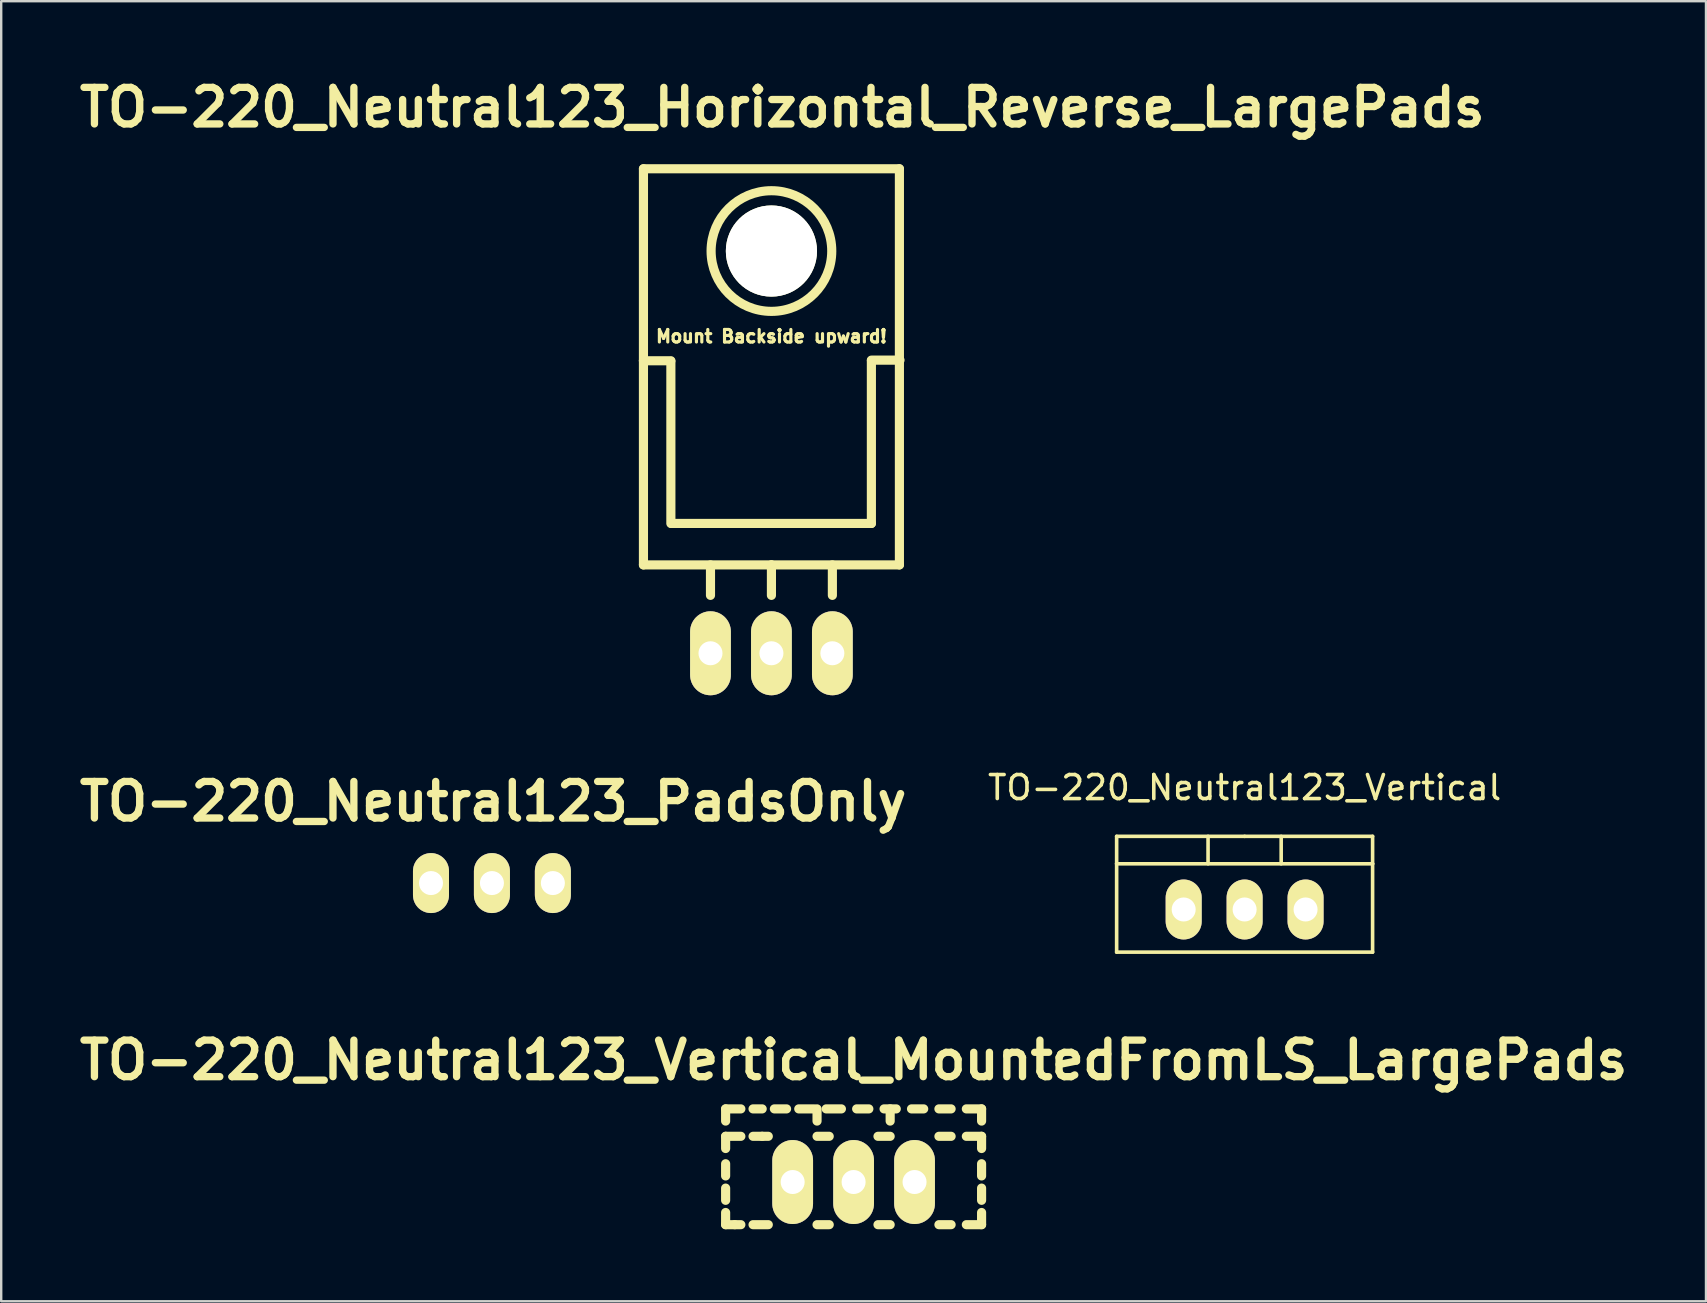
<source format=kicad_pcb>
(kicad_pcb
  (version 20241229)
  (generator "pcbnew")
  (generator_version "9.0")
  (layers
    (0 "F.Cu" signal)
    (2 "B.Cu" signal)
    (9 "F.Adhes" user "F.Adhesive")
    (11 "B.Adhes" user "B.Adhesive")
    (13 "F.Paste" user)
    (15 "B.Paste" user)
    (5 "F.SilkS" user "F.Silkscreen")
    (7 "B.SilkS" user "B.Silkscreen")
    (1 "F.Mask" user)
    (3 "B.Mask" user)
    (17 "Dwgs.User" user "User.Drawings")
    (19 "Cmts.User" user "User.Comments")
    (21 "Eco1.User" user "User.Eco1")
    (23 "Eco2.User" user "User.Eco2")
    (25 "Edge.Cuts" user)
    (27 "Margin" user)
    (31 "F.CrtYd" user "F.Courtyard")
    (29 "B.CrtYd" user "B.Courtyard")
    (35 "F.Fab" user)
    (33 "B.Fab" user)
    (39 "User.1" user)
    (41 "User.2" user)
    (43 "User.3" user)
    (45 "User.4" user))
  (footprint "TO-220_Neutral123_Vertical_MountedFromLS_LargePads"
    (layer "F.Cu")
    (at 32.527 46.215)
    (property "Reference" "TO-220_Neutral123_Vertical_MountedFromLS_LargePads" (at 0 -5.08 0) (layer "F.SilkS") (effects (font (size 1.524 1.524) (thickness 0.305))))
    (attr through_hole)
    (fp_line (start -5.334 -3.048) (end -4.699 -3.048) (stroke (width 0.381) (type solid)) (layer "F.SilkS"))
    (fp_line (start -5.334 -2.54) (end -5.334 -3.048) (stroke (width 0.381) (type solid)) (layer "F.SilkS"))
    (fp_line (start -5.334 -1.397) (end -5.334 -1.905) (stroke (width 0.381) (type solid)) (layer "F.SilkS"))
    (fp_line (start -5.334 -0.254) (end -5.334 -0.762) (stroke (width 0.381) (type solid)) (layer "F.SilkS"))
    (fp_line (start -5.334 0.762) (end -5.334 0.254) (stroke (width 0.381) (type solid)) (layer "F.SilkS"))
    (fp_line (start -5.334 1.778) (end -5.334 1.27) (stroke (width 0.381) (type solid)) (layer "F.SilkS"))
    (fp_line (start -5.334 1.778) (end -4.953 1.778) (stroke (width 0.381) (type solid)) (layer "F.SilkS"))
    (fp_line (start -4.953 1.778) (end -4.699 1.778) (stroke (width 0.381) (type solid)) (layer "F.SilkS"))
    (fp_line (start -4.699 -1.905) (end -5.334 -1.905) (stroke (width 0.381) (type solid)) (layer "F.SilkS"))
    (fp_line (start -4.191 -3.048) (end -3.81 -3.048) (stroke (width 0.381) (type solid)) (layer "F.SilkS"))
    (fp_line (start -3.81 -1.905) (end -4.191 -1.905) (stroke (width 0.381) (type solid)) (layer "F.SilkS"))
    (fp_line (start -3.81 -1.905) (end -3.556 -1.905) (stroke (width 0.381) (type solid)) (layer "F.SilkS"))
    (fp_line (start -3.556 1.778) (end -4.191 1.778) (stroke (width 0.381) (type solid)) (layer "F.SilkS"))
    (fp_line (start -3.302 -3.048) (end -2.794 -3.048) (stroke (width 0.381) (type solid)) (layer "F.SilkS"))
    (fp_line (start -2.286 -3.048) (end -1.651 -3.048) (stroke (width 0.381) (type solid)) (layer "F.SilkS"))
    (fp_line (start -1.524 -3.048) (end -1.524 -2.54) (stroke (width 0.381) (type solid)) (layer "F.SilkS"))
    (fp_line (start -1.524 -1.905) (end -1.016 -1.905) (stroke (width 0.381) (type solid)) (layer "F.SilkS"))
    (fp_line (start -1.143 -3.048) (end -0.508 -3.048) (stroke (width 0.381) (type solid)) (layer "F.SilkS"))
    (fp_line (start -1.016 1.778) (end -1.524 1.778) (stroke (width 0.381) (type solid)) (layer "F.SilkS"))
    (fp_line (start 0.127 -3.048) (end 0.635 -3.048) (stroke (width 0.381) (type solid)) (layer "F.SilkS"))
    (fp_line (start 1.016 -1.905) (end 1.524 -1.905) (stroke (width 0.381) (type solid)) (layer "F.SilkS"))
    (fp_line (start 1.27 -3.048) (end 1.778 -3.048) (stroke (width 0.381) (type solid)) (layer "F.SilkS"))
    (fp_line (start 1.524 -3.048) (end 1.524 -2.54) (stroke (width 0.381) (type solid)) (layer "F.SilkS"))
    (fp_line (start 1.524 1.778) (end 1.016 1.778) (stroke (width 0.381) (type solid)) (layer "F.SilkS"))
    (fp_line (start 2.413 -3.048) (end 2.921 -3.048) (stroke (width 0.381) (type solid)) (layer "F.SilkS"))
    (fp_line (start 3.556 -3.048) (end 4.064 -3.048) (stroke (width 0.381) (type solid)) (layer "F.SilkS"))
    (fp_line (start 3.556 -1.905) (end 4.064 -1.905) (stroke (width 0.381) (type solid)) (layer "F.SilkS"))
    (fp_line (start 3.556 1.778) (end 4.064 1.778) (stroke (width 0.381) (type solid)) (layer "F.SilkS"))
    (fp_line (start 4.699 -3.048) (end 5.334 -3.048) (stroke (width 0.381) (type solid)) (layer "F.SilkS"))
    (fp_line (start 4.699 -1.905) (end 5.334 -1.905) (stroke (width 0.381) (type solid)) (layer "F.SilkS"))
    (fp_line (start 4.699 1.778) (end 5.334 1.778) (stroke (width 0.381) (type solid)) (layer "F.SilkS"))
    (fp_line (start 5.334 -3.048) (end 5.334 -2.54) (stroke (width 0.381) (type solid)) (layer "F.SilkS"))
    (fp_line (start 5.334 -1.905) (end 5.334 -1.397) (stroke (width 0.381) (type solid)) (layer "F.SilkS"))
    (fp_line (start 5.334 -0.762) (end 5.334 -0.254) (stroke (width 0.381) (type solid)) (layer "F.SilkS"))
    (fp_line (start 5.334 0.254) (end 5.334 0.762) (stroke (width 0.381) (type solid)) (layer "F.SilkS"))
    (fp_line (start 5.334 1.27) (end 5.334 1.778) (stroke (width 0.381) (type solid)) (layer "F.SilkS"))
    (pad "1" thru_hole oval (at 2.54 0 90) (size 3.5 1.699) (drill 1.001) (layers "*.Cu" "*.Mask" "F.SilkS"))
    (pad "2" thru_hole oval (at 0 0 90) (size 3.5 1.699) (drill 1.001) (layers "*.Cu" "*.Mask" "F.SilkS"))
    (pad "3" thru_hole oval (at -2.54 0 90) (size 3.5 1.699) (drill 1.001) (layers "*.Cu" "*.Mask" "F.SilkS")))
  (footprint "TO-220_Neutral123_Horizontal_Reverse_LargePads"
    (layer "F.Cu")
    (at 29.102 24.177)
    (property "Reference" "TO-220_Neutral123_Horizontal_Reverse_LargePads" (at 0.45 -22.751 0) (layer "F.SilkS") (effects (font (size 1.524 1.524) (thickness 0.305))))
    (attr through_hole)
    (fp_line (start -5.334 -20.193) (end -5.334 -12.192) (stroke (width 0.381) (type solid)) (layer "F.SilkS"))
    (fp_line (start -5.334 -12.192) (end -5.334 -3.683) (stroke (width 0.381) (type solid)) (layer "F.SilkS"))
    (fp_line (start -4.191 -12.192) (end -5.334 -12.192) (stroke (width 0.381) (type solid)) (layer "F.SilkS"))
    (fp_line (start -4.191 -5.41) (end -4.191 -12.167) (stroke (width 0.381) (type solid)) (layer "F.SilkS"))
    (fp_line (start -2.54 -3.683) (end -2.54 -2.413) (stroke (width 0.381) (type solid)) (layer "F.SilkS"))
    (fp_line (start 0 -3.683) (end -5.334 -3.683) (stroke (width 0.381) (type solid)) (layer "F.SilkS"))
    (fp_line (start 0 -3.683) (end 0 -2.413) (stroke (width 0.381) (type solid)) (layer "F.SilkS"))
    (fp_line (start 0 -3.683) (end 5.334 -3.683) (stroke (width 0.381) (type solid)) (layer "F.SilkS"))
    (fp_line (start 2.54 -3.683) (end 2.54 -2.413) (stroke (width 0.381) (type solid)) (layer "F.SilkS"))
    (fp_line (start 4.166 -12.217) (end 5.359 -12.217) (stroke (width 0.381) (type solid)) (layer "F.SilkS"))
    (fp_line (start 4.166 -12.192) (end 4.166 -5.41) (stroke (width 0.381) (type solid)) (layer "F.SilkS"))
    (fp_line (start 4.166 -5.41) (end -4.166 -5.41) (stroke (width 0.381) (type solid)) (layer "F.SilkS"))
    (fp_line (start 5.334 -20.193) (end -5.334 -20.193) (stroke (width 0.381) (type solid)) (layer "F.SilkS"))
    (fp_line (start 5.334 -12.192) (end 5.334 -20.193) (stroke (width 0.381) (type solid)) (layer "F.SilkS"))
    (fp_line (start 5.334 -3.683) (end 5.334 -12.192) (stroke (width 0.381) (type solid)) (layer "F.SilkS"))
    (fp_circle (center 0 -16.764) (end 1.778 -14.986) (stroke (width 0.381) (type solid)) (fill no) (layer "F.SilkS"))
    (fp_text user "Mount Backside upward!" (at 0 -13.208 0) (layer "F.SilkS") (effects (font (size 0.523 0.523) (thickness 0.132))))
    (pad "" np_thru_hole circle (at 0 -16.764 90) (size 3.8 3.8) (drill 3.8) (layers "*.Cu" "*.Mask" "F.SilkS"))
    (pad "1" thru_hole oval (at 2.54 0 90) (size 3.5 1.699) (drill 1.001) (layers "*.Cu" "*.Mask" "F.SilkS"))
    (pad "2" thru_hole oval (at 0 0 90) (size 3.5 1.699) (drill 1.001) (layers "*.Cu" "*.Mask" "F.SilkS"))
    (pad "3" thru_hole oval (at -2.54 0 90) (size 3.5 1.699) (drill 1.001) (layers "*.Cu" "*.Mask" "F.SilkS")))
  (footprint "TO-220_Neutral123_Vertical"
    (layer "F.Cu")
    (at 48.824 34.856)
    (property "Reference" "TO-220_Neutral123_Vertical" (at 0 -5.08 0) (layer "F.SilkS") (effects (font (size 1 1) (thickness 0.15))))
    (attr through_hole)
    (fp_line (start -5.334 -1.905) (end -5.334 -3.048) (stroke (width 0.15) (type solid)) (layer "F.SilkS"))
    (fp_line (start -5.334 1.778) (end -5.334 -1.905) (stroke (width 0.15) (type solid)) (layer "F.SilkS"))
    (fp_line (start -1.524 -3.048) (end -1.524 -1.905) (stroke (width 0.15) (type solid)) (layer "F.SilkS"))
    (fp_line (start 0 -3.048) (end -5.334 -3.048) (stroke (width 0.15) (type solid)) (layer "F.SilkS"))
    (fp_line (start 0 -3.048) (end 5.334 -3.048) (stroke (width 0.15) (type solid)) (layer "F.SilkS"))
    (fp_line (start 1.524 -3.048) (end 1.524 -1.905) (stroke (width 0.15) (type solid)) (layer "F.SilkS"))
    (fp_line (start 5.334 -3.048) (end 5.334 -1.905) (stroke (width 0.15) (type solid)) (layer "F.SilkS"))
    (fp_line (start 5.334 -1.905) (end -5.334 -1.905) (stroke (width 0.15) (type solid)) (layer "F.SilkS"))
    (fp_line (start 5.334 -1.905) (end 5.334 1.778) (stroke (width 0.15) (type solid)) (layer "F.SilkS"))
    (fp_line (start 5.334 1.778) (end -5.334 1.778) (stroke (width 0.15) (type solid)) (layer "F.SilkS"))
    (pad "1" thru_hole oval (at -2.54 0 90) (size 2.499 1.501) (drill 1.001) (layers "*.Cu" "*.Mask" "F.SilkS"))
    (pad "2" thru_hole oval (at 0 0 90) (size 2.499 1.501) (drill 1.001) (layers "*.Cu" "*.Mask" "F.SilkS"))
    (pad "3" thru_hole oval (at 2.54 0 90) (size 2.499 1.501) (drill 1.001) (layers "*.Cu" "*.Mask" "F.SilkS")))
  (footprint "TO-220_Neutral123_PadsOnly"
    (layer "F.Cu")
    (at 17.453 33.755)
    (property "Reference" "TO-220_Neutral123_PadsOnly" (at 0.051 -3.401 0) (layer "F.SilkS") (effects (font (size 1.524 1.524) (thickness 0.305))))
    (attr through_hole)
    (pad "1" thru_hole oval (at -2.54 0 90) (size 2.499 1.501) (drill 1.001) (layers "*.Cu" "*.Mask" "F.SilkS"))
    (pad "2" thru_hole oval (at 0 0 90) (size 2.499 1.501) (drill 1.001) (layers "*.Cu" "*.Mask" "F.SilkS"))
    (pad "3" thru_hole oval (at 2.54 0 90) (size 2.499 1.501) (drill 1.001) (layers "*.Cu" "*.Mask" "F.SilkS")))
  (gr_rect
    (start -3 -3)
    (end 68.053 51.184)
    (stroke (width 0.1) (type default))
    (fill no)
    (layer "Edge.Cuts")))
</source>
